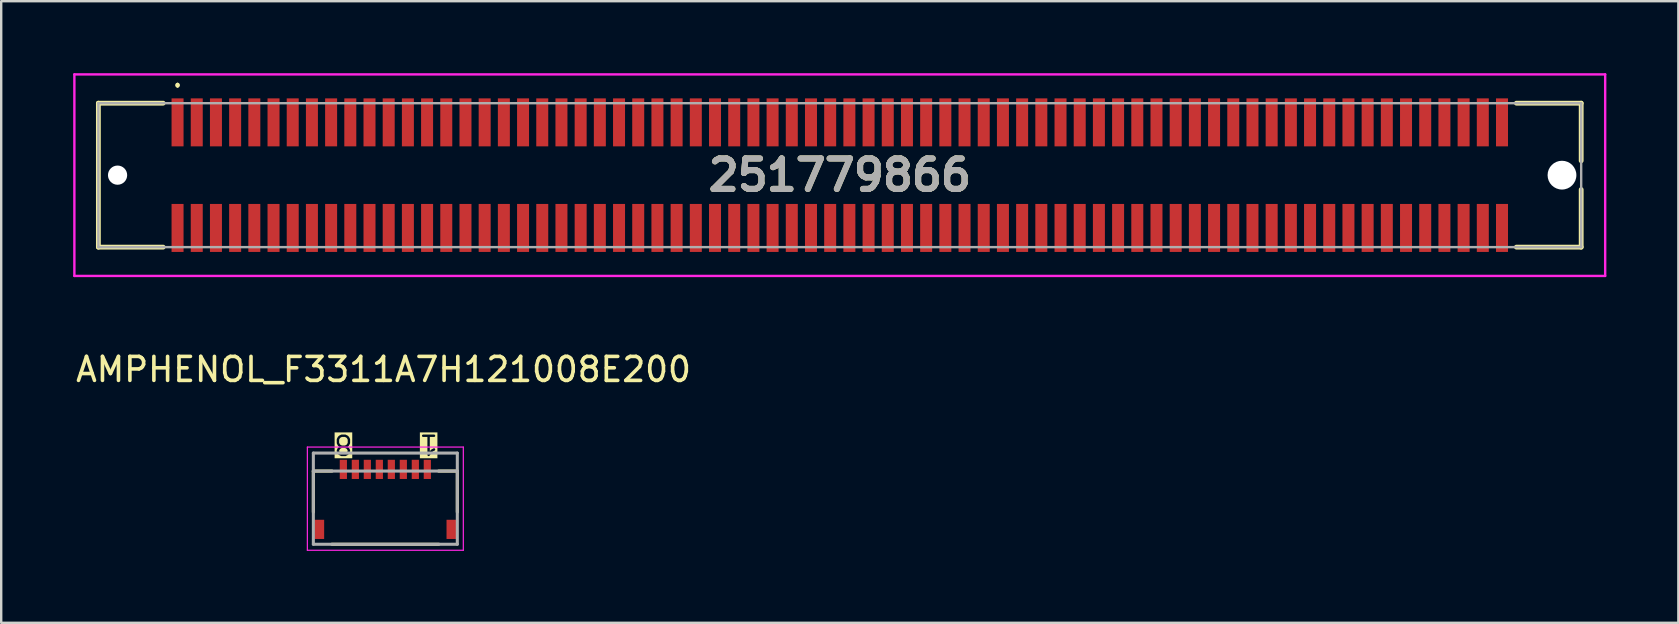
<source format=kicad_pcb>
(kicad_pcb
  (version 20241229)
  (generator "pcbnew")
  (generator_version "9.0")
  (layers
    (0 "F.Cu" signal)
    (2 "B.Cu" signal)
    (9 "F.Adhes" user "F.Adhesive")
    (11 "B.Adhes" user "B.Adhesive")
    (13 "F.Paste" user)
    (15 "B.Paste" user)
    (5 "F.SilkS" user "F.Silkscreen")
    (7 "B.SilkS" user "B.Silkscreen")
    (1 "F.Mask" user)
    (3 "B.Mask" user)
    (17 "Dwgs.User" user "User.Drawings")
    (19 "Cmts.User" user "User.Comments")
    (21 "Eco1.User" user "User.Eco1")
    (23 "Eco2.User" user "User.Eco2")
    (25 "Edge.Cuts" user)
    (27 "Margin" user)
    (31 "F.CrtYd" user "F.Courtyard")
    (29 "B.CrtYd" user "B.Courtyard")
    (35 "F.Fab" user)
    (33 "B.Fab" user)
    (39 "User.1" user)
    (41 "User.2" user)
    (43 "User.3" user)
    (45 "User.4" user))
  (footprint "251779866"
    (layer "F.Cu")
    (at 31.95 4.25)
    (property "Reference" "251779866" (at 0 0 0) (layer "F.SilkS") (effects (font (size 1.27 1.27) (thickness 0.254))))
    (attr smd)
    (fp_line (start -30.9 -3) (end -30.9 3) (stroke (width 0.2) (type solid)) (layer "F.SilkS"))
    (fp_line (start -30.9 3) (end -28.2 3) (stroke (width 0.2) (type solid)) (layer "F.SilkS"))
    (fp_line (start -28.2 -3) (end -30.9 -3) (stroke (width 0.2) (type solid)) (layer "F.SilkS"))
    (fp_line (start -27.6 -3.8) (end -27.6 -3.8) (stroke (width 0.1) (type solid)) (layer "F.SilkS"))
    (fp_line (start -27.6 -3.7) (end -27.6 -3.7) (stroke (width 0.1) (type solid)) (layer "F.SilkS"))
    (fp_line (start 28.2 -3) (end 30.9 -3) (stroke (width 0.2) (type solid)) (layer "F.SilkS"))
    (fp_line (start 28.2 3) (end 30.9 3) (stroke (width 0.2) (type solid)) (layer "F.SilkS"))
    (fp_line (start 30.9 -3) (end 30.9 -0.6) (stroke (width 0.2) (type solid)) (layer "F.SilkS"))
    (fp_line (start 30.9 3) (end 30.9 0.6) (stroke (width 0.2) (type solid)) (layer "F.SilkS"))
    (fp_arc (start -27.6 -3.8) (mid -27.55 -3.75) (end -27.6 -3.7) (stroke (width 0.1) (type solid)) (layer "F.SilkS"))
    (fp_arc (start -27.6 -3.7) (mid -27.65 -3.75) (end -27.6 -3.8) (stroke (width 0.1) (type solid)) (layer "F.SilkS"))
    (fp_line (start -31.9 -4.2) (end 31.9 -4.2) (stroke (width 0.1) (type solid)) (layer "F.CrtYd"))
    (fp_line (start -31.9 4.2) (end -31.9 -4.2) (stroke (width 0.1) (type solid)) (layer "F.CrtYd"))
    (fp_line (start 31.9 -4.2) (end 31.9 4.2) (stroke (width 0.1) (type solid)) (layer "F.CrtYd"))
    (fp_line (start 31.9 4.2) (end -31.9 4.2) (stroke (width 0.1) (type solid)) (layer "F.CrtYd"))
    (fp_line (start -30.9 -3) (end 30.9 -3) (stroke (width 0.1) (type solid)) (layer "F.Fab"))
    (fp_line (start -30.9 3) (end -30.9 -3) (stroke (width 0.1) (type solid)) (layer "F.Fab"))
    (fp_line (start 30.9 -3) (end 30.9 3) (stroke (width 0.1) (type solid)) (layer "F.Fab"))
    (fp_line (start 30.9 3) (end -30.9 3) (stroke (width 0.1) (type solid)) (layer "F.Fab"))
    (fp_text user "${REFERENCE}" (at 0 0 0) (layer "F.Fab") (effects (font (size 1.27 1.27) (thickness 0.254))))
    (pad "" np_thru_hole circle (at -30.1 0) (size 0.8 0.8) (drill 0.8) (layers "*.Cu" "*.Mask"))
    (pad "" np_thru_hole circle (at 30.1 0) (size 1.2 1.2) (drill 1.2) (layers "*.Cu" "*.Mask"))
    (pad "1" smd rect (at -27.6 -2.2) (size 0.5 2) (layers "F.Cu" "F.Mask" "F.Paste"))
    (pad "2" smd rect (at -27.6 2.2) (size 0.5 2) (layers "F.Cu" "F.Mask" "F.Paste"))
    (pad "3" smd rect (at -26.8 -2.2) (size 0.5 2) (layers "F.Cu" "F.Mask" "F.Paste"))
    (pad "4" smd rect (at -26.8 2.2) (size 0.5 2) (layers "F.Cu" "F.Mask" "F.Paste"))
    (pad "5" smd rect (at -26 -2.2) (size 0.5 2) (layers "F.Cu" "F.Mask" "F.Paste"))
    (pad "6" smd rect (at -26 2.2) (size 0.5 2) (layers "F.Cu" "F.Mask" "F.Paste"))
    (pad "7" smd rect (at -25.2 -2.2) (size 0.5 2) (layers "F.Cu" "F.Mask" "F.Paste"))
    (pad "8" smd rect (at -25.2 2.2) (size 0.5 2) (layers "F.Cu" "F.Mask" "F.Paste"))
    (pad "9" smd rect (at -24.4 -2.2) (size 0.5 2) (layers "F.Cu" "F.Mask" "F.Paste"))
    (pad "10" smd rect (at -24.4 2.2) (size 0.5 2) (layers "F.Cu" "F.Mask" "F.Paste"))
    (pad "11" smd rect (at -23.6 -2.2) (size 0.5 2) (layers "F.Cu" "F.Mask" "F.Paste"))
    (pad "12" smd rect (at -23.6 2.2) (size 0.5 2) (layers "F.Cu" "F.Mask" "F.Paste"))
    (pad "13" smd rect (at -22.8 -2.2) (size 0.5 2) (layers "F.Cu" "F.Mask" "F.Paste"))
    (pad "14" smd rect (at -22.8 2.2) (size 0.5 2) (layers "F.Cu" "F.Mask" "F.Paste"))
    (pad "15" smd rect (at -22 -2.2) (size 0.5 2) (layers "F.Cu" "F.Mask" "F.Paste"))
    (pad "16" smd rect (at -22 2.2) (size 0.5 2) (layers "F.Cu" "F.Mask" "F.Paste"))
    (pad "17" smd rect (at -21.2 -2.2) (size 0.5 2) (layers "F.Cu" "F.Mask" "F.Paste"))
    (pad "18" smd rect (at -21.2 2.2) (size 0.5 2) (layers "F.Cu" "F.Mask" "F.Paste"))
    (pad "19" smd rect (at -20.4 -2.2) (size 0.5 2) (layers "F.Cu" "F.Mask" "F.Paste"))
    (pad "20" smd rect (at -20.4 2.2) (size 0.5 2) (layers "F.Cu" "F.Mask" "F.Paste"))
    (pad "21" smd rect (at -19.6 -2.2) (size 0.5 2) (layers "F.Cu" "F.Mask" "F.Paste"))
    (pad "22" smd rect (at -19.6 2.2) (size 0.5 2) (layers "F.Cu" "F.Mask" "F.Paste"))
    (pad "23" smd rect (at -18.8 -2.2) (size 0.5 2) (layers "F.Cu" "F.Mask" "F.Paste"))
    (pad "24" smd rect (at -18.8 2.2) (size 0.5 2) (layers "F.Cu" "F.Mask" "F.Paste"))
    (pad "25" smd rect (at -18 -2.2) (size 0.5 2) (layers "F.Cu" "F.Mask" "F.Paste"))
    (pad "26" smd rect (at -18 2.2) (size 0.5 2) (layers "F.Cu" "F.Mask" "F.Paste"))
    (pad "27" smd rect (at -17.2 -2.2) (size 0.5 2) (layers "F.Cu" "F.Mask" "F.Paste"))
    (pad "28" smd rect (at -17.2 2.2) (size 0.5 2) (layers "F.Cu" "F.Mask" "F.Paste"))
    (pad "29" smd rect (at -16.4 -2.2) (size 0.5 2) (layers "F.Cu" "F.Mask" "F.Paste"))
    (pad "30" smd rect (at -16.4 2.2) (size 0.5 2) (layers "F.Cu" "F.Mask" "F.Paste"))
    (pad "31" smd rect (at -15.6 -2.2) (size 0.5 2) (layers "F.Cu" "F.Mask" "F.Paste"))
    (pad "32" smd rect (at -15.6 2.2) (size 0.5 2) (layers "F.Cu" "F.Mask" "F.Paste"))
    (pad "33" smd rect (at -14.8 -2.2) (size 0.5 2) (layers "F.Cu" "F.Mask" "F.Paste"))
    (pad "34" smd rect (at -14.8 2.2) (size 0.5 2) (layers "F.Cu" "F.Mask" "F.Paste"))
    (pad "35" smd rect (at -14 -2.2) (size 0.5 2) (layers "F.Cu" "F.Mask" "F.Paste"))
    (pad "36" smd rect (at -14 2.2) (size 0.5 2) (layers "F.Cu" "F.Mask" "F.Paste"))
    (pad "37" smd rect (at -13.2 -2.2) (size 0.5 2) (layers "F.Cu" "F.Mask" "F.Paste"))
    (pad "38" smd rect (at -13.2 2.2) (size 0.5 2) (layers "F.Cu" "F.Mask" "F.Paste"))
    (pad "39" smd rect (at -12.4 -2.2) (size 0.5 2) (layers "F.Cu" "F.Mask" "F.Paste"))
    (pad "40" smd rect (at -12.4 2.2) (size 0.5 2) (layers "F.Cu" "F.Mask" "F.Paste"))
    (pad "41" smd rect (at -11.6 -2.2) (size 0.5 2) (layers "F.Cu" "F.Mask" "F.Paste"))
    (pad "42" smd rect (at -11.6 2.2) (size 0.5 2) (layers "F.Cu" "F.Mask" "F.Paste"))
    (pad "43" smd rect (at -10.8 -2.2) (size 0.5 2) (layers "F.Cu" "F.Mask" "F.Paste"))
    (pad "44" smd rect (at -10.8 2.2) (size 0.5 2) (layers "F.Cu" "F.Mask" "F.Paste"))
    (pad "45" smd rect (at -10 -2.2) (size 0.5 2) (layers "F.Cu" "F.Mask" "F.Paste"))
    (pad "46" smd rect (at -10 2.2) (size 0.5 2) (layers "F.Cu" "F.Mask" "F.Paste"))
    (pad "47" smd rect (at -9.2 -2.2) (size 0.5 2) (layers "F.Cu" "F.Mask" "F.Paste"))
    (pad "48" smd rect (at -9.2 2.2) (size 0.5 2) (layers "F.Cu" "F.Mask" "F.Paste"))
    (pad "49" smd rect (at -8.4 -2.2) (size 0.5 2) (layers "F.Cu" "F.Mask" "F.Paste"))
    (pad "50" smd rect (at -8.4 2.2) (size 0.5 2) (layers "F.Cu" "F.Mask" "F.Paste"))
    (pad "51" smd rect (at -7.6 -2.2) (size 0.5 2) (layers "F.Cu" "F.Mask" "F.Paste"))
    (pad "52" smd rect (at -7.6 2.2) (size 0.5 2) (layers "F.Cu" "F.Mask" "F.Paste"))
    (pad "53" smd rect (at -6.8 -2.2) (size 0.5 2) (layers "F.Cu" "F.Mask" "F.Paste"))
    (pad "54" smd rect (at -6.8 2.2) (size 0.5 2) (layers "F.Cu" "F.Mask" "F.Paste"))
    (pad "55" smd rect (at -6 -2.2) (size 0.5 2) (layers "F.Cu" "F.Mask" "F.Paste"))
    (pad "56" smd rect (at -6 2.2) (size 0.5 2) (layers "F.Cu" "F.Mask" "F.Paste"))
    (pad "57" smd rect (at -5.2 -2.2) (size 0.5 2) (layers "F.Cu" "F.Mask" "F.Paste"))
    (pad "58" smd rect (at -5.2 2.2) (size 0.5 2) (layers "F.Cu" "F.Mask" "F.Paste"))
    (pad "59" smd rect (at -4.4 -2.2) (size 0.5 2) (layers "F.Cu" "F.Mask" "F.Paste"))
    (pad "60" smd rect (at -4.4 2.2) (size 0.5 2) (layers "F.Cu" "F.Mask" "F.Paste"))
    (pad "61" smd rect (at -3.6 -2.2) (size 0.5 2) (layers "F.Cu" "F.Mask" "F.Paste"))
    (pad "62" smd rect (at -3.6 2.2) (size 0.5 2) (layers "F.Cu" "F.Mask" "F.Paste"))
    (pad "63" smd rect (at -2.8 -2.2) (size 0.5 2) (layers "F.Cu" "F.Mask" "F.Paste"))
    (pad "64" smd rect (at -2.8 2.2) (size 0.5 2) (layers "F.Cu" "F.Mask" "F.Paste"))
    (pad "65" smd rect (at -2 -2.2) (size 0.5 2) (layers "F.Cu" "F.Mask" "F.Paste"))
    (pad "66" smd rect (at -2 2.2) (size 0.5 2) (layers "F.Cu" "F.Mask" "F.Paste"))
    (pad "67" smd rect (at -1.2 -2.2) (size 0.5 2) (layers "F.Cu" "F.Mask" "F.Paste"))
    (pad "68" smd rect (at -1.2 2.2) (size 0.5 2) (layers "F.Cu" "F.Mask" "F.Paste"))
    (pad "69" smd rect (at -0.4 -2.2) (size 0.5 2) (layers "F.Cu" "F.Mask" "F.Paste"))
    (pad "70" smd rect (at -0.4 2.2) (size 0.5 2) (layers "F.Cu" "F.Mask" "F.Paste"))
    (pad "71" smd rect (at 0.4 -2.2) (size 0.5 2) (layers "F.Cu" "F.Mask" "F.Paste"))
    (pad "72" smd rect (at 0.4 2.2) (size 0.5 2) (layers "F.Cu" "F.Mask" "F.Paste"))
    (pad "73" smd rect (at 1.2 -2.2) (size 0.5 2) (layers "F.Cu" "F.Mask" "F.Paste"))
    (pad "74" smd rect (at 1.2 2.2) (size 0.5 2) (layers "F.Cu" "F.Mask" "F.Paste"))
    (pad "75" smd rect (at 2 -2.2) (size 0.5 2) (layers "F.Cu" "F.Mask" "F.Paste"))
    (pad "76" smd rect (at 2 2.2) (size 0.5 2) (layers "F.Cu" "F.Mask" "F.Paste"))
    (pad "77" smd rect (at 2.8 -2.2) (size 0.5 2) (layers "F.Cu" "F.Mask" "F.Paste"))
    (pad "78" smd rect (at 2.8 2.2) (size 0.5 2) (layers "F.Cu" "F.Mask" "F.Paste"))
    (pad "79" smd rect (at 3.6 -2.2) (size 0.5 2) (layers "F.Cu" "F.Mask" "F.Paste"))
    (pad "80" smd rect (at 3.6 2.2) (size 0.5 2) (layers "F.Cu" "F.Mask" "F.Paste"))
    (pad "81" smd rect (at 4.4 -2.2) (size 0.5 2) (layers "F.Cu" "F.Mask" "F.Paste"))
    (pad "82" smd rect (at 4.4 2.2) (size 0.5 2) (layers "F.Cu" "F.Mask" "F.Paste"))
    (pad "83" smd rect (at 5.2 -2.2) (size 0.5 2) (layers "F.Cu" "F.Mask" "F.Paste"))
    (pad "84" smd rect (at 5.2 2.2) (size 0.5 2) (layers "F.Cu" "F.Mask" "F.Paste"))
    (pad "85" smd rect (at 6 -2.2) (size 0.5 2) (layers "F.Cu" "F.Mask" "F.Paste"))
    (pad "86" smd rect (at 6 2.2) (size 0.5 2) (layers "F.Cu" "F.Mask" "F.Paste"))
    (pad "87" smd rect (at 6.8 -2.2) (size 0.5 2) (layers "F.Cu" "F.Mask" "F.Paste"))
    (pad "88" smd rect (at 6.8 2.2) (size 0.5 2) (layers "F.Cu" "F.Mask" "F.Paste"))
    (pad "89" smd rect (at 7.6 -2.2) (size 0.5 2) (layers "F.Cu" "F.Mask" "F.Paste"))
    (pad "90" smd rect (at 7.6 2.2) (size 0.5 2) (layers "F.Cu" "F.Mask" "F.Paste"))
    (pad "91" smd rect (at 8.4 -2.2) (size 0.5 2) (layers "F.Cu" "F.Mask" "F.Paste"))
    (pad "92" smd rect (at 8.4 2.2) (size 0.5 2) (layers "F.Cu" "F.Mask" "F.Paste"))
    (pad "93" smd rect (at 9.2 -2.2) (size 0.5 2) (layers "F.Cu" "F.Mask" "F.Paste"))
    (pad "94" smd rect (at 9.2 2.2) (size 0.5 2) (layers "F.Cu" "F.Mask" "F.Paste"))
    (pad "95" smd rect (at 10 -2.2) (size 0.5 2) (layers "F.Cu" "F.Mask" "F.Paste"))
    (pad "96" smd rect (at 10 2.2) (size 0.5 2) (layers "F.Cu" "F.Mask" "F.Paste"))
    (pad "97" smd rect (at 10.8 -2.2) (size 0.5 2) (layers "F.Cu" "F.Mask" "F.Paste"))
    (pad "98" smd rect (at 10.8 2.2) (size 0.5 2) (layers "F.Cu" "F.Mask" "F.Paste"))
    (pad "99" smd rect (at 11.6 -2.2) (size 0.5 2) (layers "F.Cu" "F.Mask" "F.Paste"))
    (pad "100" smd rect (at 11.6 2.2) (size 0.5 2) (layers "F.Cu" "F.Mask" "F.Paste"))
    (pad "101" smd rect (at 12.4 -2.2) (size 0.5 2) (layers "F.Cu" "F.Mask" "F.Paste"))
    (pad "102" smd rect (at 12.4 2.2) (size 0.5 2) (layers "F.Cu" "F.Mask" "F.Paste"))
    (pad "103" smd rect (at 13.2 -2.2) (size 0.5 2) (layers "F.Cu" "F.Mask" "F.Paste"))
    (pad "104" smd rect (at 13.2 2.2) (size 0.5 2) (layers "F.Cu" "F.Mask" "F.Paste"))
    (pad "105" smd rect (at 14 -2.2) (size 0.5 2) (layers "F.Cu" "F.Mask" "F.Paste"))
    (pad "106" smd rect (at 14 2.2) (size 0.5 2) (layers "F.Cu" "F.Mask" "F.Paste"))
    (pad "107" smd rect (at 14.8 -2.2) (size 0.5 2) (layers "F.Cu" "F.Mask" "F.Paste"))
    (pad "108" smd rect (at 14.8 2.2) (size 0.5 2) (layers "F.Cu" "F.Mask" "F.Paste"))
    (pad "109" smd rect (at 15.6 -2.2) (size 0.5 2) (layers "F.Cu" "F.Mask" "F.Paste"))
    (pad "110" smd rect (at 15.6 2.2) (size 0.5 2) (layers "F.Cu" "F.Mask" "F.Paste"))
    (pad "111" smd rect (at 16.4 -2.2) (size 0.5 2) (layers "F.Cu" "F.Mask" "F.Paste"))
    (pad "112" smd rect (at 16.4 2.2) (size 0.5 2) (layers "F.Cu" "F.Mask" "F.Paste"))
    (pad "113" smd rect (at 17.2 -2.2) (size 0.5 2) (layers "F.Cu" "F.Mask" "F.Paste"))
    (pad "114" smd rect (at 17.2 2.2) (size 0.5 2) (layers "F.Cu" "F.Mask" "F.Paste"))
    (pad "115" smd rect (at 18 -2.2) (size 0.5 2) (layers "F.Cu" "F.Mask" "F.Paste"))
    (pad "116" smd rect (at 18 2.2) (size 0.5 2) (layers "F.Cu" "F.Mask" "F.Paste"))
    (pad "117" smd rect (at 18.8 -2.2) (size 0.5 2) (layers "F.Cu" "F.Mask" "F.Paste"))
    (pad "118" smd rect (at 18.8 2.2) (size 0.5 2) (layers "F.Cu" "F.Mask" "F.Paste"))
    (pad "119" smd rect (at 19.6 -2.2) (size 0.5 2) (layers "F.Cu" "F.Mask" "F.Paste"))
    (pad "120" smd rect (at 19.6 2.2) (size 0.5 2) (layers "F.Cu" "F.Mask" "F.Paste"))
    (pad "121" smd rect (at 20.4 -2.2) (size 0.5 2) (layers "F.Cu" "F.Mask" "F.Paste"))
    (pad "122" smd rect (at 20.4 2.2) (size 0.5 2) (layers "F.Cu" "F.Mask" "F.Paste"))
    (pad "123" smd rect (at 21.2 -2.2) (size 0.5 2) (layers "F.Cu" "F.Mask" "F.Paste"))
    (pad "124" smd rect (at 21.2 2.2) (size 0.5 2) (layers "F.Cu" "F.Mask" "F.Paste"))
    (pad "125" smd rect (at 22 -2.2) (size 0.5 2) (layers "F.Cu" "F.Mask" "F.Paste"))
    (pad "126" smd rect (at 22 2.2) (size 0.5 2) (layers "F.Cu" "F.Mask" "F.Paste"))
    (pad "127" smd rect (at 22.8 -2.2) (size 0.5 2) (layers "F.Cu" "F.Mask" "F.Paste"))
    (pad "128" smd rect (at 22.8 2.2) (size 0.5 2) (layers "F.Cu" "F.Mask" "F.Paste"))
    (pad "129" smd rect (at 23.6 -2.2) (size 0.5 2) (layers "F.Cu" "F.Mask" "F.Paste"))
    (pad "130" smd rect (at 23.6 2.2) (size 0.5 2) (layers "F.Cu" "F.Mask" "F.Paste"))
    (pad "131" smd rect (at 24.4 -2.2) (size 0.5 2) (layers "F.Cu" "F.Mask" "F.Paste"))
    (pad "132" smd rect (at 24.4 2.2) (size 0.5 2) (layers "F.Cu" "F.Mask" "F.Paste"))
    (pad "133" smd rect (at 25.2 -2.2) (size 0.5 2) (layers "F.Cu" "F.Mask" "F.Paste"))
    (pad "134" smd rect (at 25.2 2.2) (size 0.5 2) (layers "F.Cu" "F.Mask" "F.Paste"))
    (pad "135" smd rect (at 26 -2.2) (size 0.5 2) (layers "F.Cu" "F.Mask" "F.Paste"))
    (pad "136" smd rect (at 26 2.2) (size 0.5 2) (layers "F.Cu" "F.Mask" "F.Paste"))
    (pad "137" smd rect (at 26.8 -2.2) (size 0.5 2) (layers "F.Cu" "F.Mask" "F.Paste"))
    (pad "138" smd rect (at 26.8 2.2) (size 0.5 2) (layers "F.Cu" "F.Mask" "F.Paste"))
    (pad "139" smd rect (at 27.6 -2.2) (size 0.5 2) (layers "F.Cu" "F.Mask" "F.Paste"))
    (pad "140" smd rect (at 27.6 2.2) (size 0.5 2) (layers "F.Cu" "F.Mask" "F.Paste")))
  (footprint "AMPHENOL_F3311A7H121008E200"
    (layer "F.Cu")
    (at 13.01 18.108)
    (property "Reference" "AMPHENOL_F3311A7H121008E200" (at -0.075 -5.76 0) (layer "F.SilkS") (effects (font (size 1 1) (thickness 0.15))))
    (attr smd)
    (fp_poly (pts (xy -1.95 -2.045) (xy -1.55 -2.045) (xy -1.55 -1.145) (xy -1.95 -1.145)) (stroke (width 0.01) (type solid)) (fill yes) (layer "F.Mask"))
    (fp_poly (pts (xy -1.45 -2.045) (xy -1.05 -2.045) (xy -1.05 -1.145) (xy -1.45 -1.145)) (stroke (width 0.01) (type solid)) (fill yes) (layer "F.Mask"))
    (fp_poly (pts (xy -0.95 -2.045) (xy -0.55 -2.045) (xy -0.55 -1.145) (xy -0.95 -1.145)) (stroke (width 0.01) (type solid)) (fill yes) (layer "F.Mask"))
    (fp_poly (pts (xy -0.45 -2.045) (xy -0.05 -2.045) (xy -0.05 -1.145) (xy -0.45 -1.145)) (stroke (width 0.01) (type solid)) (fill yes) (layer "F.Mask"))
    (fp_poly (pts (xy 0.05 -2.045) (xy 0.45 -2.045) (xy 0.45 -1.145) (xy 0.05 -1.145)) (stroke (width 0.01) (type solid)) (fill yes) (layer "F.Mask"))
    (fp_poly (pts (xy 0.55 -2.045) (xy 0.95 -2.045) (xy 0.95 -1.145) (xy 0.55 -1.145)) (stroke (width 0.01) (type solid)) (fill yes) (layer "F.Mask"))
    (fp_poly (pts (xy 1.05 -2.045) (xy 1.45 -2.045) (xy 1.45 -1.145) (xy 1.05 -1.145)) (stroke (width 0.01) (type solid)) (fill yes) (layer "F.Mask"))
    (fp_poly (pts (xy 1.55 -2.045) (xy 1.95 -2.045) (xy 1.95 -1.145) (xy 1.55 -1.145)) (stroke (width 0.01) (type solid)) (fill yes) (layer "F.Mask"))
    (fp_line (start -3 -1.525) (end -3 0.185) (stroke (width 0.127) (type solid)) (layer "F.SilkS"))
    (fp_line (start -3 -1.525) (end -2.22 -1.525) (stroke (width 0.127) (type solid)) (layer "F.SilkS"))
    (fp_line (start -2.23 1.525) (end 2.23 1.525) (stroke (width 0.127) (type solid)) (layer "F.SilkS"))
    (fp_line (start 2.22 -1.525) (end 3 -1.525) (stroke (width 0.127) (type solid)) (layer "F.SilkS"))
    (fp_line (start 3 0.185) (end 3 -1.525) (stroke (width 0.127) (type solid)) (layer "F.SilkS"))
    (fp_line (start -3.25 -2.525) (end -3.25 1.775) (stroke (width 0.05) (type solid)) (layer "F.CrtYd"))
    (fp_line (start -3.25 1.775) (end 3.25 1.775) (stroke (width 0.05) (type solid)) (layer "F.CrtYd"))
    (fp_line (start 3.25 -2.525) (end -3.25 -2.525) (stroke (width 0.05) (type solid)) (layer "F.CrtYd"))
    (fp_line (start 3.25 1.775) (end 3.25 -2.525) (stroke (width 0.05) (type solid)) (layer "F.CrtYd"))
    (fp_line (start -3 -2.275) (end 3 -2.275) (stroke (width 0.127) (type solid)) (layer "F.Fab"))
    (fp_line (start -3 -1.525) (end -3 -2.275) (stroke (width 0.127) (type solid)) (layer "F.Fab"))
    (fp_line (start -3 -1.525) (end -3 1.525) (stroke (width 0.127) (type solid)) (layer "F.Fab"))
    (fp_line (start -3 1.525) (end 3 1.525) (stroke (width 0.127) (type solid)) (layer "F.Fab"))
    (fp_line (start 3 -2.275) (end 3 -1.525) (stroke (width 0.127) (type solid)) (layer "F.Fab"))
    (fp_line (start 3 -1.525) (end -3 -1.525) (stroke (width 0.127) (type solid)) (layer "F.Fab"))
    (fp_line (start 3 1.525) (end 3 -1.525) (stroke (width 0.127) (type solid)) (layer "F.Fab"))
    (fp_text user "8" (at -1.3 -3.1 180) (unlocked yes) (layer "F.SilkS" knockout) (effects (font (size 0.8 0.8) (thickness 0.1)) (justify left bottom)))
    (fp_text user "1" (at 2.25 -3.1 180) (unlocked yes) (layer "F.SilkS" knockout) (effects (font (size 0.8 0.8) (thickness 0.1)) (justify left bottom)))
    (pad "1" smd rect (at 1.75 -1.595) (size 0.3 0.8) (layers "F.Cu" "F.Paste"))
    (pad "2" smd rect (at 1.25 -1.595) (size 0.3 0.8) (layers "F.Cu" "F.Paste"))
    (pad "3" smd rect (at 0.75 -1.595) (size 0.3 0.8) (layers "F.Cu" "F.Paste"))
    (pad "4" smd rect (at 0.25 -1.595) (size 0.3 0.8) (layers "F.Cu" "F.Paste"))
    (pad "5" smd rect (at -0.25 -1.595) (size 0.3 0.8) (layers "F.Cu" "F.Paste"))
    (pad "6" smd rect (at -0.75 -1.595) (size 0.3 0.8) (layers "F.Cu" "F.Paste"))
    (pad "7" smd rect (at -1.25 -1.595) (size 0.3 0.8) (layers "F.Cu" "F.Paste"))
    (pad "8" smd rect (at -1.75 -1.595) (size 0.3 0.8) (layers "F.Cu" "F.Paste"))
    (pad "SH1" smd rect (at -2.75 0.905) (size 0.4 0.8) (layers "F.Cu" "F.Mask" "F.Paste"))
    (pad "SH2" smd rect (at 2.75 0.905) (size 0.4 0.8) (layers "F.Cu" "F.Mask" "F.Paste")))
  (gr_rect
    (start -3 -3)
    (end 66.9 22.908)
    (stroke (width 0.1) (type default))
    (fill no)
    (layer "Edge.Cuts")))
</source>
